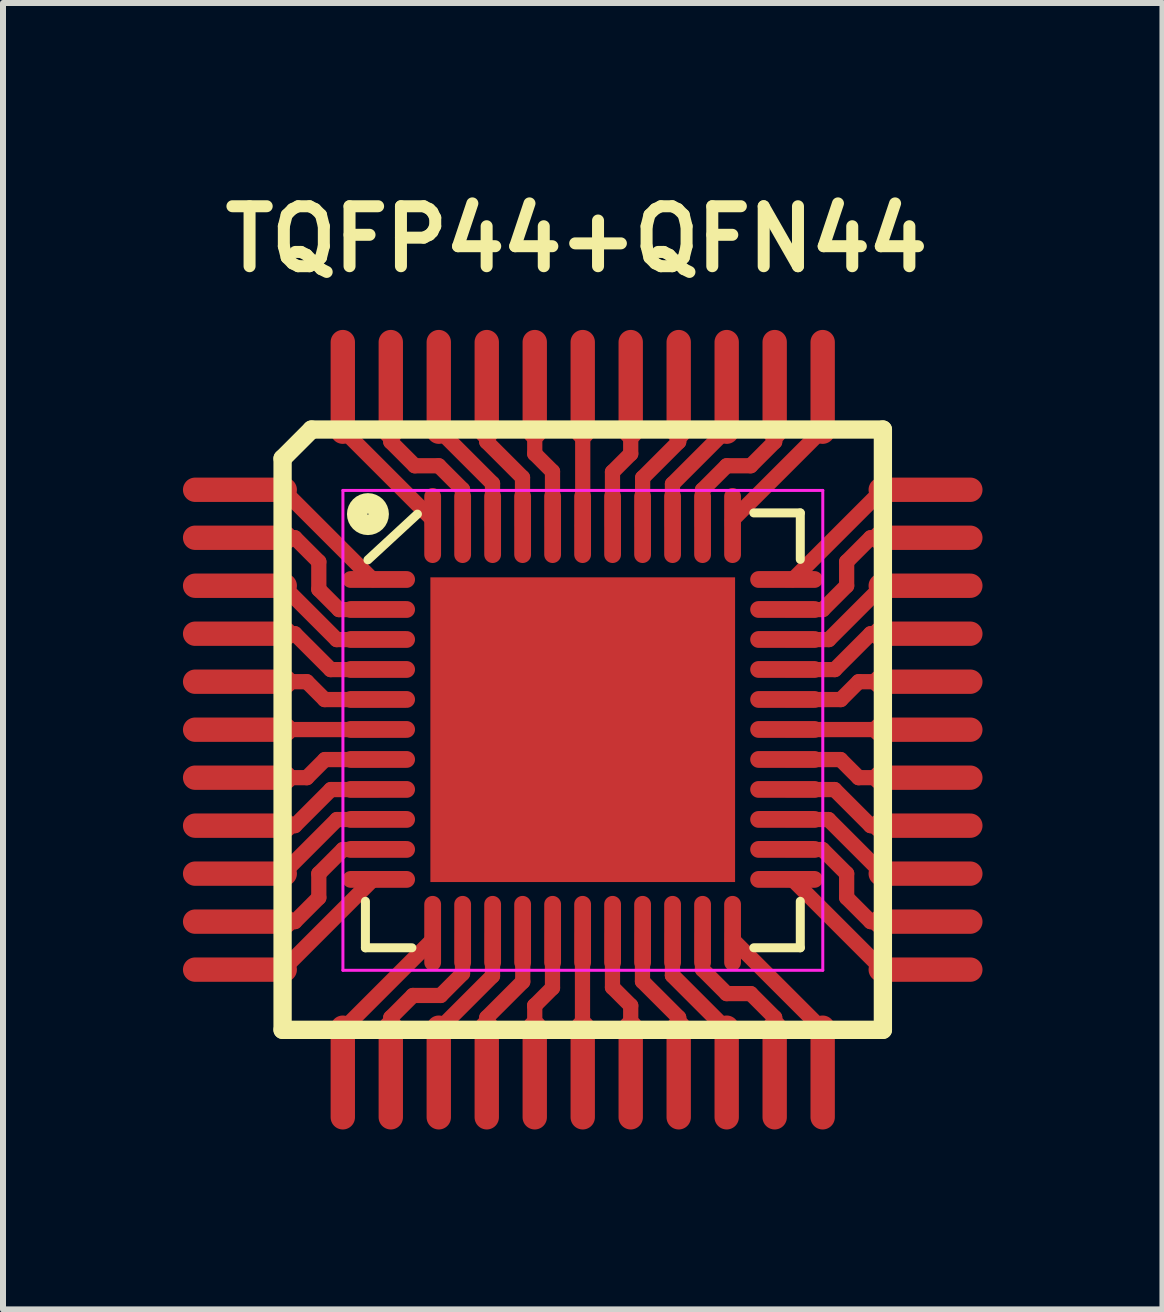
<source format=kicad_pcb>
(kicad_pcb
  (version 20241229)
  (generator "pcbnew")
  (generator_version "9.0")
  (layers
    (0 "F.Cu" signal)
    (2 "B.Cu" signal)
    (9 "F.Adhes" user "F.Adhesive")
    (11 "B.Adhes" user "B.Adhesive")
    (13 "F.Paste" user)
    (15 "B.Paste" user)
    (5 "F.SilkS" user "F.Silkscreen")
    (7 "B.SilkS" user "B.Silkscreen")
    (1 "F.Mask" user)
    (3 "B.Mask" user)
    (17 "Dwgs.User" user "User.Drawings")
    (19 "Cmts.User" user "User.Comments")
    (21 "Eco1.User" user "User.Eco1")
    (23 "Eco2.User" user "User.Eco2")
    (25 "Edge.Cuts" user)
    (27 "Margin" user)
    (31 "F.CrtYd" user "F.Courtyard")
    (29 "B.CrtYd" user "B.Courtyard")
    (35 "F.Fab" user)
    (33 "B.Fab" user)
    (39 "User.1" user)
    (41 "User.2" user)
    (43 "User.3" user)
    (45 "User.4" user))
  (footprint "TQFP44+QFN44"
    (layer "F.Cu")
    (at 6.665 9.115)
    (property "Reference" "TQFP44+QFN44" (at -0.102 -8.179 0) (layer "F.SilkS") (effects (font (size 1 1) (thickness 0.2))))
    (attr smd)
    (fp_line (start -5.715 -4) (end -5 -4) (stroke (width 0.254) (type solid)) (layer "F.Cu"))
    (fp_line (start -5.715 -3.2) (end -4.8 -3.2) (stroke (width 0.254) (type solid)) (layer "F.Cu"))
    (fp_line (start -5.715 -2.4) (end -5 -2.4) (stroke (width 0.254) (type solid)) (layer "F.Cu"))
    (fp_line (start -5.715 -1.6) (end -4.8 -1.6) (stroke (width 0.254) (type solid)) (layer "F.Cu"))
    (fp_line (start -5.715 -0.8) (end -4.6 -0.8) (stroke (width 0.254) (type solid)) (layer "F.Cu"))
    (fp_line (start -5.715 1.6) (end -4.8 1.6) (stroke (width 0.254) (type solid)) (layer "F.Cu"))
    (fp_line (start -5.715 2.4) (end -5 2.4) (stroke (width 0.254) (type solid)) (layer "F.Cu"))
    (fp_line (start -5.715 3.2) (end -4.8 3.2) (stroke (width 0.254) (type solid)) (layer "F.Cu"))
    (fp_line (start -5.715 4) (end -5 4) (stroke (width 0.254) (type solid)) (layer "F.Cu"))
    (fp_line (start -5.713 -0.002) (end -5.715 0) (stroke (width 0.254) (type solid)) (layer "F.Cu"))
    (fp_line (start -5 -4) (end -3.502 -2.502) (stroke (width 0.254) (type solid)) (layer "F.Cu"))
    (fp_line (start -5 4) (end -3.498 2.498) (stroke (width 0.254) (type solid)) (layer "F.Cu"))
    (fp_line (start -5 -2.4) (end -4.102 -1.502) (stroke (width 0.254) (type solid)) (layer "F.Cu"))
    (fp_line (start -5 2.4) (end -4.098 1.498) (stroke (width 0.254) (type solid)) (layer "F.Cu"))
    (fp_line (start -4.8 -3.2) (end -4.4 -2.8) (stroke (width 0.254) (type solid)) (layer "F.Cu"))
    (fp_line (start -4.8 3.2) (end -4.4 2.8) (stroke (width 0.254) (type solid)) (layer "F.Cu"))
    (fp_line (start -4.8 -1.6) (end -4.202 -1.002) (stroke (width 0.254) (type solid)) (layer "F.Cu"))
    (fp_line (start -4.8 1.6) (end -4.198 0.998) (stroke (width 0.254) (type solid)) (layer "F.Cu"))
    (fp_line (start -4.6 0.8) (end -5.715 0.8) (stroke (width 0.254) (type solid)) (layer "F.Cu"))
    (fp_line (start -4.6 0.8) (end -4.298 0.498) (stroke (width 0.254) (type solid)) (layer "F.Cu"))
    (fp_line (start -4.4 -2.339) (end -4.4 -2.8) (stroke (width 0.254) (type solid)) (layer "F.Cu"))
    (fp_line (start -4.4 2.4) (end -4.4 2.8) (stroke (width 0.254) (type solid)) (layer "F.Cu"))
    (fp_line (start -4.302 -0.502) (end -4.6 -0.8) (stroke (width 0.254) (type solid)) (layer "F.Cu"))
    (fp_line (start -4.302 -0.502) (end -3.404 -0.502) (stroke (width 0.254) (type solid)) (layer "F.Cu"))
    (fp_line (start -4.063 -2.002) (end -4.4 -2.339) (stroke (width 0.254) (type solid)) (layer "F.Cu"))
    (fp_line (start -4 -5.715) (end -4 -5) (stroke (width 0.254) (type solid)) (layer "F.Cu"))
    (fp_line (start -4 -5) (end -2.504 -3.504) (stroke (width 0.254) (type solid)) (layer "F.Cu"))
    (fp_line (start -4 5) (end -2.504 3.504) (stroke (width 0.254) (type solid)) (layer "F.Cu"))
    (fp_line (start -4 5.715) (end -4 5) (stroke (width 0.254) (type solid)) (layer "F.Cu"))
    (fp_line (start -3.998 1.998) (end -4.4 2.4) (stroke (width 0.254) (type solid)) (layer "F.Cu"))
    (fp_line (start -3.404 -2.502) (end -3.502 -2.502) (stroke (width 0.254) (type solid)) (layer "F.Cu"))
    (fp_line (start -3.404 -2.002) (end -4.063 -2.002) (stroke (width 0.254) (type solid)) (layer "F.Cu"))
    (fp_line (start -3.404 -1.502) (end -4.102 -1.502) (stroke (width 0.254) (type solid)) (layer "F.Cu"))
    (fp_line (start -3.404 -1.002) (end -4.202 -1.002) (stroke (width 0.254) (type solid)) (layer "F.Cu"))
    (fp_line (start -3.404 -0.002) (end -5.713 -0.002) (stroke (width 0.254) (type solid)) (layer "F.Cu"))
    (fp_line (start -3.404 0.498) (end -4.298 0.498) (stroke (width 0.254) (type solid)) (layer "F.Cu"))
    (fp_line (start -3.404 0.998) (end -4.198 0.998) (stroke (width 0.254) (type solid)) (layer "F.Cu"))
    (fp_line (start -3.404 1.498) (end -4.098 1.498) (stroke (width 0.254) (type solid)) (layer "F.Cu"))
    (fp_line (start -3.404 1.998) (end -3.998 1.998) (stroke (width 0.254) (type solid)) (layer "F.Cu"))
    (fp_line (start -3.404 2.498) (end -3.498 2.498) (stroke (width 0.254) (type solid)) (layer "F.Cu"))
    (fp_line (start -3.2 4.8) (end -2.831 4.431) (stroke (width 0.254) (type solid)) (layer "F.Cu"))
    (fp_line (start -3.2 5.715) (end -3.2 4.8) (stroke (width 0.254) (type solid)) (layer "F.Cu"))
    (fp_line (start -3.2 -4.8) (end -3.2 -5.715) (stroke (width 0.254) (type solid)) (layer "F.Cu"))
    (fp_line (start -2.8 -4.4) (end -3.2 -4.8) (stroke (width 0.254) (type solid)) (layer "F.Cu"))
    (fp_line (start -2.504 -3.402) (end -2.504 -3.504) (stroke (width 0.254) (type solid)) (layer "F.Cu"))
    (fp_line (start -2.504 3.398) (end -2.504 3.504) (stroke (width 0.254) (type solid)) (layer "F.Cu"))
    (fp_line (start -2.4 -5.715) (end -2.4 -5) (stroke (width 0.254) (type solid)) (layer "F.Cu"))
    (fp_line (start -2.4 -5) (end -1.504 -4.104) (stroke (width 0.254) (type solid)) (layer "F.Cu"))
    (fp_line (start -2.4 5) (end -1.504 4.104) (stroke (width 0.254) (type solid)) (layer "F.Cu"))
    (fp_line (start -2.4 5.715) (end -2.4 5) (stroke (width 0.254) (type solid)) (layer "F.Cu"))
    (fp_line (start -2.4 -4.4) (end -2.8 -4.4) (stroke (width 0.254) (type solid)) (layer "F.Cu"))
    (fp_line (start -2.369 4.431) (end -2.831 4.431) (stroke (width 0.254) (type solid)) (layer "F.Cu"))
    (fp_line (start -2.004 -4.004) (end -2.4 -4.4) (stroke (width 0.254) (type solid)) (layer "F.Cu"))
    (fp_line (start -2.004 -3.402) (end -2.004 -4.004) (stroke (width 0.254) (type solid)) (layer "F.Cu"))
    (fp_line (start -2.004 3.398) (end -2.004 4.065) (stroke (width 0.254) (type solid)) (layer "F.Cu"))
    (fp_line (start -2.004 4.065) (end -2.369 4.431) (stroke (width 0.254) (type solid)) (layer "F.Cu"))
    (fp_line (start -1.6 -5.715) (end -1.6 -4.8) (stroke (width 0.254) (type solid)) (layer "F.Cu"))
    (fp_line (start -1.6 -4.8) (end -1.004 -4.204) (stroke (width 0.254) (type solid)) (layer "F.Cu"))
    (fp_line (start -1.6 4.8) (end -1.6 5.7) (stroke (width 0.254) (type solid)) (layer "F.Cu"))
    (fp_line (start -1.6 4.8) (end -1 4.2) (stroke (width 0.254) (type solid)) (layer "F.Cu"))
    (fp_line (start -1.504 -3.402) (end -1.504 -4.104) (stroke (width 0.254) (type solid)) (layer "F.Cu"))
    (fp_line (start -1.504 3.398) (end -1.504 4.104) (stroke (width 0.254) (type solid)) (layer "F.Cu"))
    (fp_line (start -1.004 -3.402) (end -1.004 -4.204) (stroke (width 0.254) (type solid)) (layer "F.Cu"))
    (fp_line (start -1 4.2) (end -1 3.4) (stroke (width 0.254) (type solid)) (layer "F.Cu"))
    (fp_line (start -0.8 -5.715) (end -0.8 -5) (stroke (width 0.254) (type solid)) (layer "F.Cu"))
    (fp_line (start -0.8 -5.715) (end -0.8 -4.6) (stroke (width 0.254) (type solid)) (layer "F.Cu"))
    (fp_line (start -0.8 4.6) (end -0.8 5.715) (stroke (width 0.254) (type solid)) (layer "F.Cu"))
    (fp_line (start -0.8 4.6) (end -0.8 4.6) (stroke (width 0.254) (type solid)) (layer "F.Cu"))
    (fp_line (start -0.8 4.6) (end -0.504 4.304) (stroke (width 0.254) (type solid)) (layer "F.Cu"))
    (fp_line (start -0.504 -4.304) (end -0.8 -4.6) (stroke (width 0.254) (type solid)) (layer "F.Cu"))
    (fp_line (start -0.504 -4.304) (end -0.504 -3.402) (stroke (width 0.254) (type solid)) (layer "F.Cu"))
    (fp_line (start -0.504 3.398) (end -0.504 4.304) (stroke (width 0.254) (type solid)) (layer "F.Cu"))
    (fp_line (start -0.004 -3.402) (end 0 -3.405) (stroke (width 0.254) (type solid)) (layer "F.Cu"))
    (fp_line (start -0.004 3.398) (end -0.004 5.711) (stroke (width 0.254) (type solid)) (layer "F.Cu"))
    (fp_line (start -0.004 5.711) (end 0 5.715) (stroke (width 0.254) (type solid)) (layer "F.Cu"))
    (fp_line (start 0 -3.405) (end 0 -5.715) (stroke (width 0.254) (type solid)) (layer "F.Cu"))
    (fp_line (start 0.496 -4.296) (end 0.496 -3.402) (stroke (width 0.254) (type solid)) (layer "F.Cu"))
    (fp_line (start 0.496 -4.296) (end 0.8 -4.6) (stroke (width 0.254) (type solid)) (layer "F.Cu"))
    (fp_line (start 0.496 4.296) (end 0.496 3.398) (stroke (width 0.254) (type solid)) (layer "F.Cu"))
    (fp_line (start 0.496 4.296) (end 0.8 4.6) (stroke (width 0.254) (type solid)) (layer "F.Cu"))
    (fp_line (start 0.75 -5.665) (end 0.8 -5.715) (stroke (width 0.254) (type solid)) (layer "F.Cu"))
    (fp_line (start 0.8 -5.715) (end 0.8 -5) (stroke (width 0.254) (type solid)) (layer "F.Cu"))
    (fp_line (start 0.8 -5.715) (end 0.8 -4.6) (stroke (width 0.254) (type solid)) (layer "F.Cu"))
    (fp_line (start 0.8 5.715) (end 0.8 4.6) (stroke (width 0.254) (type solid)) (layer "F.Cu"))
    (fp_line (start 0.996 -3.402) (end 0.999 -4.199) (stroke (width 0.254) (type solid)) (layer "F.Cu"))
    (fp_line (start 0.996 3.398) (end 0.996 4.196) (stroke (width 0.254) (type solid)) (layer "F.Cu"))
    (fp_line (start 1.496 -4.096) (end 1.496 -3.402) (stroke (width 0.254) (type solid)) (layer "F.Cu"))
    (fp_line (start 1.496 -4.096) (end 2.4 -5) (stroke (width 0.254) (type solid)) (layer "F.Cu"))
    (fp_line (start 1.496 3.398) (end 1.496 4.096) (stroke (width 0.254) (type solid)) (layer "F.Cu"))
    (fp_line (start 1.6 -5.715) (end 1.6 -4.8) (stroke (width 0.254) (type solid)) (layer "F.Cu"))
    (fp_line (start 1.6 -4.8) (end 0.999 -4.199) (stroke (width 0.254) (type solid)) (layer "F.Cu"))
    (fp_line (start 1.6 4.8) (end 0.996 4.196) (stroke (width 0.254) (type solid)) (layer "F.Cu"))
    (fp_line (start 1.6 5.715) (end 1.6 4.8) (stroke (width 0.254) (type solid)) (layer "F.Cu"))
    (fp_line (start 1.996 -3.996) (end 2.4 -4.4) (stroke (width 0.254) (type solid)) (layer "F.Cu"))
    (fp_line (start 1.996 -3.402) (end 1.996 -3.996) (stroke (width 0.254) (type solid)) (layer "F.Cu"))
    (fp_line (start 1.996 3.398) (end 1.996 3.996) (stroke (width 0.254) (type solid)) (layer "F.Cu"))
    (fp_line (start 1.996 3.996) (end 2.4 4.4) (stroke (width 0.254) (type solid)) (layer "F.Cu"))
    (fp_line (start 2.4 -5.715) (end 2.4 -5) (stroke (width 0.254) (type solid)) (layer "F.Cu"))
    (fp_line (start 2.4 -5.715) (end 2.4 -5.715) (stroke (width 0.254) (type solid)) (layer "F.Cu"))
    (fp_line (start 2.4 -4.4) (end 2.8 -4.4) (stroke (width 0.254) (type solid)) (layer "F.Cu"))
    (fp_line (start 2.4 4.4) (end 2.8 4.4) (stroke (width 0.254) (type solid)) (layer "F.Cu"))
    (fp_line (start 2.4 5) (end 1.496 4.096) (stroke (width 0.254) (type solid)) (layer "F.Cu"))
    (fp_line (start 2.4 5) (end 1.496 4.096) (stroke (width 0.254) (type solid)) (layer "F.Cu"))
    (fp_line (start 2.4 5.715) (end 2.4 5) (stroke (width 0.254) (type solid)) (layer "F.Cu"))
    (fp_line (start 2.496 -3.402) (end 2.496 -3.496) (stroke (width 0.254) (type solid)) (layer "F.Cu"))
    (fp_line (start 2.496 3.398) (end 2.496 3.496) (stroke (width 0.254) (type solid)) (layer "F.Cu"))
    (fp_line (start 2.8 -4.4) (end 3.2 -4.8) (stroke (width 0.254) (type solid)) (layer "F.Cu"))
    (fp_line (start 3.2 -4.8) (end 3.2 -5.715) (stroke (width 0.254) (type solid)) (layer "F.Cu"))
    (fp_line (start 3.2 4.8) (end 2.8 4.4) (stroke (width 0.254) (type solid)) (layer "F.Cu"))
    (fp_line (start 3.2 5.715) (end 3.2 4.8) (stroke (width 0.254) (type solid)) (layer "F.Cu"))
    (fp_line (start 3.396 -2.502) (end 3.502 -2.502) (stroke (width 0.254) (type solid)) (layer "F.Cu"))
    (fp_line (start 3.396 -2.002) (end 4.002 -2.002) (stroke (width 0.254) (type solid)) (layer "F.Cu"))
    (fp_line (start 3.396 -1.502) (end 4.102 -1.502) (stroke (width 0.254) (type solid)) (layer "F.Cu"))
    (fp_line (start 3.396 -1.002) (end 4.202 -1.002) (stroke (width 0.254) (type solid)) (layer "F.Cu"))
    (fp_line (start 3.396 -0.502) (end 4.302 -0.502) (stroke (width 0.254) (type solid)) (layer "F.Cu"))
    (fp_line (start 3.396 -0.002) (end 5.713 -0.002) (stroke (width 0.254) (type solid)) (layer "F.Cu"))
    (fp_line (start 3.396 0.498) (end 4.298 0.498) (stroke (width 0.254) (type solid)) (layer "F.Cu"))
    (fp_line (start 3.396 0.998) (end 4.198 0.998) (stroke (width 0.254) (type solid)) (layer "F.Cu"))
    (fp_line (start 3.396 1.498) (end 4.098 1.498) (stroke (width 0.254) (type solid)) (layer "F.Cu"))
    (fp_line (start 3.396 1.998) (end 3.998 1.998) (stroke (width 0.254) (type solid)) (layer "F.Cu"))
    (fp_line (start 3.396 2.498) (end 3.498 2.498) (stroke (width 0.254) (type solid)) (layer "F.Cu"))
    (fp_line (start 4 -5.715) (end 4 -5) (stroke (width 0.254) (type solid)) (layer "F.Cu"))
    (fp_line (start 4 -5) (end 2.496 -3.496) (stroke (width 0.254) (type solid)) (layer "F.Cu"))
    (fp_line (start 4 5) (end 2.496 3.496) (stroke (width 0.254) (type solid)) (layer "F.Cu"))
    (fp_line (start 4 5.715) (end 4 5) (stroke (width 0.254) (type solid)) (layer "F.Cu"))
    (fp_line (start 4.002 -2.002) (end 4.4 -2.4) (stroke (width 0.254) (type solid)) (layer "F.Cu"))
    (fp_line (start 4.298 0.498) (end 4.6 0.8) (stroke (width 0.254) (type solid)) (layer "F.Cu"))
    (fp_line (start 4.302 -0.502) (end 4.6 -0.8) (stroke (width 0.254) (type solid)) (layer "F.Cu"))
    (fp_line (start 4.4 -2.8) (end 4.8 -3.2) (stroke (width 0.254) (type solid)) (layer "F.Cu"))
    (fp_line (start 4.4 -2.4) (end 4.4 -2.8) (stroke (width 0.254) (type solid)) (layer "F.Cu"))
    (fp_line (start 4.4 2.4) (end 3.998 1.998) (stroke (width 0.254) (type solid)) (layer "F.Cu"))
    (fp_line (start 4.4 2.4) (end 4.4 2.8) (stroke (width 0.254) (type solid)) (layer "F.Cu"))
    (fp_line (start 4.8 -1.6) (end 4.202 -1.002) (stroke (width 0.254) (type solid)) (layer "F.Cu"))
    (fp_line (start 4.8 1.6) (end 4.198 0.998) (stroke (width 0.254) (type solid)) (layer "F.Cu"))
    (fp_line (start 4.8 -3.2) (end 5.715 -3.2) (stroke (width 0.254) (type solid)) (layer "F.Cu"))
    (fp_line (start 4.8 3.2) (end 4.4 2.8) (stroke (width 0.254) (type solid)) (layer "F.Cu"))
    (fp_line (start 5 -2.4) (end 4.102 -1.502) (stroke (width 0.254) (type solid)) (layer "F.Cu"))
    (fp_line (start 5 2.4) (end 4.098 1.498) (stroke (width 0.254) (type solid)) (layer "F.Cu"))
    (fp_line (start 5 -4) (end 3.502 -2.502) (stroke (width 0.254) (type solid)) (layer "F.Cu"))
    (fp_line (start 5 4) (end 3.498 2.498) (stroke (width 0.254) (type solid)) (layer "F.Cu"))
    (fp_line (start 5.713 -0.002) (end 5.715 0) (stroke (width 0.254) (type solid)) (layer "F.Cu"))
    (fp_line (start 5.715 -4) (end 5 -4) (stroke (width 0.254) (type solid)) (layer "F.Cu"))
    (fp_line (start 5.715 -2.4) (end 5 -2.4) (stroke (width 0.254) (type solid)) (layer "F.Cu"))
    (fp_line (start 5.715 -1.6) (end 4.8 -1.6) (stroke (width 0.254) (type solid)) (layer "F.Cu"))
    (fp_line (start 5.715 -0.8) (end 4.6 -0.8) (stroke (width 0.254) (type solid)) (layer "F.Cu"))
    (fp_line (start 5.715 0.8) (end 4.6 0.8) (stroke (width 0.254) (type solid)) (layer "F.Cu"))
    (fp_line (start 5.715 1.6) (end 4.8 1.6) (stroke (width 0.254) (type solid)) (layer "F.Cu"))
    (fp_line (start 5.715 2.4) (end 5 2.4) (stroke (width 0.254) (type solid)) (layer "F.Cu"))
    (fp_line (start 5.715 3.2) (end 4.8 3.2) (stroke (width 0.254) (type solid)) (layer "F.Cu"))
    (fp_line (start 5.715 4) (end 5 4) (stroke (width 0.254) (type solid)) (layer "F.Cu"))
    (fp_line (start -5.004 -4.521) (end -5.004 5.004) (stroke (width 0.305) (type solid)) (layer "F.SilkS"))
    (fp_line (start -5.004 -4.521) (end -4.521 -5.004) (stroke (width 0.305) (type solid)) (layer "F.SilkS"))
    (fp_line (start -4.521 -5.004) (end 5.004 -5.004) (stroke (width 0.305) (type solid)) (layer "F.SilkS"))
    (fp_line (start -3.623 3.636) (end -3.623 2.861) (stroke (width 0.15) (type solid)) (layer "F.SilkS"))
    (fp_line (start -3.623 3.636) (end -2.848 3.636) (stroke (width 0.15) (type solid)) (layer "F.SilkS"))
    (fp_line (start -2.756 -3.594) (end -3.581 -2.832) (stroke (width 0.15) (type solid)) (layer "F.SilkS"))
    (fp_line (start 3.627 -3.614) (end 2.852 -3.614) (stroke (width 0.15) (type solid)) (layer "F.SilkS"))
    (fp_line (start 3.627 -3.614) (end 3.627 -2.839) (stroke (width 0.15) (type solid)) (layer "F.SilkS"))
    (fp_line (start 3.627 3.636) (end 2.852 3.636) (stroke (width 0.15) (type solid)) (layer "F.SilkS"))
    (fp_line (start 3.627 3.636) (end 3.627 2.861) (stroke (width 0.15) (type solid)) (layer "F.SilkS"))
    (fp_line (start 5.004 -5.004) (end 5.004 5.004) (stroke (width 0.305) (type solid)) (layer "F.SilkS"))
    (fp_line (start 5.004 5.004) (end -5.004 5.004) (stroke (width 0.305) (type solid)) (layer "F.SilkS"))
    (fp_circle (center -3.581 -3.594) (end -3.454 -3.467) (stroke (width 0.34) (type solid)) (fill no) (layer "F.SilkS"))
    (fp_line (start -3.998 -3.989) (end -3.998 4.011) (stroke (width 0.05) (type solid)) (layer "F.CrtYd"))
    (fp_line (start -3.998 -3.989) (end 4.002 -3.989) (stroke (width 0.05) (type solid)) (layer "F.CrtYd"))
    (fp_line (start -3.998 4.011) (end 4.002 4.011) (stroke (width 0.05) (type solid)) (layer "F.CrtYd"))
    (fp_line (start 4.002 -3.989) (end 4.002 4.011) (stroke (width 0.05) (type solid)) (layer "F.CrtYd"))
    (pad "" smd oval (at -3.402 -2.504) (size 1.212 0.28) (layers "F.Cu" "F.Mask" "F.Paste"))
    (pad "" smd oval (at -3.402 -2.004) (size 1.212 0.28) (layers "F.Cu" "F.Mask" "F.Paste"))
    (pad "" smd oval (at -3.402 -1.504) (size 1.212 0.28) (layers "F.Cu" "F.Mask" "F.Paste"))
    (pad "" smd oval (at -3.402 -1.004) (size 1.212 0.28) (layers "F.Cu" "F.Mask" "F.Paste"))
    (pad "" smd oval (at -3.402 -0.504) (size 1.212 0.28) (layers "F.Cu" "F.Mask" "F.Paste"))
    (pad "" smd oval (at -3.402 -0.004) (size 1.212 0.28) (layers "F.Cu" "F.Mask" "F.Paste"))
    (pad "" smd oval (at -3.402 0.496) (size 1.212 0.28) (layers "F.Cu" "F.Mask" "F.Paste"))
    (pad "" smd oval (at -3.402 0.996) (size 1.212 0.28) (layers "F.Cu" "F.Mask" "F.Paste"))
    (pad "" smd oval (at -3.402 1.496) (size 1.212 0.28) (layers "F.Cu" "F.Mask" "F.Paste"))
    (pad "" smd oval (at -3.402 1.996) (size 1.212 0.28) (layers "F.Cu" "F.Mask" "F.Paste"))
    (pad "" smd oval (at -3.402 2.496) (size 1.212 0.28) (layers "F.Cu" "F.Mask" "F.Paste"))
    (pad "" smd oval (at -2.502 -3.404 90) (size 1.25 0.28) (layers "F.Cu" "F.Mask" "F.Paste"))
    (pad "" smd oval (at -2.502 3.396 90) (size 1.25 0.28) (layers "F.Cu" "F.Mask" "F.Paste"))
    (pad "" smd oval (at -2.002 -3.404 90) (size 1.25 0.28) (layers "F.Cu" "F.Mask" "F.Paste"))
    (pad "" smd oval (at -2.002 3.396 90) (size 1.25 0.28) (layers "F.Cu" "F.Mask" "F.Paste"))
    (pad "" smd oval (at -1.502 -3.404 90) (size 1.25 0.28) (layers "F.Cu" "F.Mask" "F.Paste"))
    (pad "" smd oval (at -1.502 3.396 90) (size 1.25 0.28) (layers "F.Cu" "F.Mask" "F.Paste"))
    (pad "" smd oval (at -1.002 -3.404 90) (size 1.25 0.28) (layers "F.Cu" "F.Mask" "F.Paste"))
    (pad "" smd oval (at -1.002 3.396 90) (size 1.25 0.28) (layers "F.Cu" "F.Mask" "F.Paste"))
    (pad "" smd oval (at -0.502 -3.404 90) (size 1.25 0.28) (layers "F.Cu" "F.Mask" "F.Paste"))
    (pad "" smd oval (at -0.502 3.396 90) (size 1.25 0.28) (layers "F.Cu" "F.Mask" "F.Paste"))
    (pad "" smd oval (at -0.002 -3.404 90) (size 1.25 0.28) (layers "F.Cu" "F.Mask" "F.Paste"))
    (pad "" smd oval (at -0.002 3.396 90) (size 1.25 0.28) (layers "F.Cu" "F.Mask" "F.Paste"))
    (pad "" smd oval (at 0.498 -3.404 90) (size 1.25 0.28) (layers "F.Cu" "F.Mask" "F.Paste"))
    (pad "" smd oval (at 0.498 3.396 90) (size 1.25 0.28) (layers "F.Cu" "F.Mask" "F.Paste"))
    (pad "" smd oval (at 0.998 -3.404 90) (size 1.25 0.28) (layers "F.Cu" "F.Mask" "F.Paste"))
    (pad "" smd oval (at 0.998 3.396 90) (size 1.25 0.28) (layers "F.Cu" "F.Mask" "F.Paste"))
    (pad "" smd oval (at 1.498 -3.404 90) (size 1.25 0.28) (layers "F.Cu" "F.Mask" "F.Paste"))
    (pad "" smd oval (at 1.498 3.396 90) (size 1.25 0.28) (layers "F.Cu" "F.Mask" "F.Paste"))
    (pad "" smd oval (at 1.998 -3.404 90) (size 1.25 0.28) (layers "F.Cu" "F.Mask" "F.Paste"))
    (pad "" smd oval (at 1.998 3.396 90) (size 1.25 0.28) (layers "F.Cu" "F.Mask" "F.Paste"))
    (pad "" smd oval (at 2.498 -3.404 90) (size 1.25 0.28) (layers "F.Cu" "F.Mask" "F.Paste"))
    (pad "" smd oval (at 2.498 3.396 90) (size 1.25 0.28) (layers "F.Cu" "F.Mask" "F.Paste"))
    (pad "" smd oval (at 3.398 -2.504) (size 1.212 0.28) (layers "F.Cu" "F.Mask" "F.Paste"))
    (pad "" smd oval (at 3.398 -2.004) (size 1.212 0.28) (layers "F.Cu" "F.Mask" "F.Paste"))
    (pad "" smd oval (at 3.398 -1.504) (size 1.212 0.28) (layers "F.Cu" "F.Mask" "F.Paste"))
    (pad "" smd oval (at 3.398 -1.004) (size 1.212 0.28) (layers "F.Cu" "F.Mask" "F.Paste"))
    (pad "" smd oval (at 3.398 -0.504) (size 1.212 0.28) (layers "F.Cu" "F.Mask" "F.Paste"))
    (pad "" smd oval (at 3.398 -0.004) (size 1.212 0.28) (layers "F.Cu" "F.Mask" "F.Paste"))
    (pad "" smd oval (at 3.398 0.496) (size 1.212 0.28) (layers "F.Cu" "F.Mask" "F.Paste"))
    (pad "" smd oval (at 3.398 0.996) (size 1.212 0.28) (layers "F.Cu" "F.Mask" "F.Paste"))
    (pad "" smd oval (at 3.398 1.496) (size 1.212 0.28) (layers "F.Cu" "F.Mask" "F.Paste"))
    (pad "" smd oval (at 3.398 1.996) (size 1.212 0.28) (layers "F.Cu" "F.Mask" "F.Paste"))
    (pad "" smd oval (at 3.398 2.496) (size 1.212 0.28) (layers "F.Cu" "F.Mask" "F.Paste"))
    (pad "0" smd rect (at 0 0) (size 5.08 5.08) (layers "F.Cu" "F.Mask" "F.Paste"))
    (pad "1" smd oval (at -5.715 -4) (size 1.9 0.406) (layers "F.Cu" "F.Mask" "F.Paste"))
    (pad "2" smd oval (at -5.715 -3.2) (size 1.9 0.406) (layers "F.Cu" "F.Mask" "F.Paste"))
    (pad "3" smd oval (at -5.715 -2.4) (size 1.9 0.406) (layers "F.Cu" "F.Mask" "F.Paste"))
    (pad "4" smd oval (at -5.715 -1.6) (size 1.9 0.406) (layers "F.Cu" "F.Mask" "F.Paste"))
    (pad "5" smd oval (at -5.715 -0.8) (size 1.9 0.406) (layers "F.Cu" "F.Mask" "F.Paste"))
    (pad "6" smd oval (at -5.715 0) (size 1.9 0.406) (layers "F.Cu" "F.Mask" "F.Paste"))
    (pad "7" smd oval (at -5.715 0.8) (size 1.9 0.406) (layers "F.Cu" "F.Mask" "F.Paste"))
    (pad "8" smd oval (at -5.715 1.6) (size 1.9 0.406) (layers "F.Cu" "F.Mask" "F.Paste"))
    (pad "9" smd oval (at -5.715 2.4) (size 1.9 0.406) (layers "F.Cu" "F.Mask" "F.Paste"))
    (pad "10" smd oval (at -5.715 3.2) (size 1.9 0.406) (layers "F.Cu" "F.Mask" "F.Paste"))
    (pad "11" smd oval (at -5.715 4) (size 1.9 0.406) (layers "F.Cu" "F.Mask" "F.Paste"))
    (pad "12" smd oval (at -4 5.715) (size 0.406 1.9) (layers "F.Cu" "F.Mask" "F.Paste"))
    (pad "13" smd oval (at -3.2 5.715) (size 0.406 1.9) (layers "F.Cu" "F.Mask" "F.Paste"))
    (pad "14" smd oval (at -2.4 5.715) (size 0.406 1.9) (layers "F.Cu" "F.Mask" "F.Paste"))
    (pad "15" smd oval (at -1.6 5.715) (size 0.406 1.9) (layers "F.Cu" "F.Mask" "F.Paste"))
    (pad "16" smd oval (at -0.8 5.715) (size 0.406 1.9) (layers "F.Cu" "F.Mask" "F.Paste"))
    (pad "17" smd oval (at 0 5.715) (size 0.406 1.9) (layers "F.Cu" "F.Mask" "F.Paste"))
    (pad "18" smd oval (at 0.8 5.715) (size 0.406 1.9) (layers "F.Cu" "F.Mask" "F.Paste"))
    (pad "19" smd oval (at 1.6 5.715) (size 0.406 1.9) (layers "F.Cu" "F.Mask" "F.Paste"))
    (pad "20" smd oval (at 2.4 5.715) (size 0.406 1.9) (layers "F.Cu" "F.Mask" "F.Paste"))
    (pad "21" smd oval (at 3.2 5.715) (size 0.406 1.9) (layers "F.Cu" "F.Mask" "F.Paste"))
    (pad "22" smd oval (at 4 5.715) (size 0.406 1.9) (layers "F.Cu" "F.Mask" "F.Paste"))
    (pad "23" smd oval (at 5.715 4) (size 1.9 0.406) (layers "F.Cu" "F.Mask" "F.Paste"))
    (pad "24" smd oval (at 5.715 3.2) (size 1.9 0.406) (layers "F.Cu" "F.Mask" "F.Paste"))
    (pad "25" smd oval (at 5.715 2.4) (size 1.9 0.406) (layers "F.Cu" "F.Mask" "F.Paste"))
    (pad "26" smd oval (at 5.715 1.6) (size 1.9 0.406) (layers "F.Cu" "F.Mask" "F.Paste"))
    (pad "27" smd oval (at 5.715 0.8) (size 1.9 0.406) (layers "F.Cu" "F.Mask" "F.Paste"))
    (pad "28" smd oval (at 5.715 0) (size 1.9 0.406) (layers "F.Cu" "F.Mask" "F.Paste"))
    (pad "29" smd oval (at 5.715 -0.8) (size 1.9 0.406) (layers "F.Cu" "F.Mask" "F.Paste"))
    (pad "30" smd oval (at 5.715 -1.6) (size 1.9 0.406) (layers "F.Cu" "F.Mask" "F.Paste"))
    (pad "31" smd oval (at 5.715 -2.4) (size 1.9 0.406) (layers "F.Cu" "F.Mask" "F.Paste"))
    (pad "32" smd oval (at 5.715 -3.2) (size 1.9 0.406) (layers "F.Cu" "F.Mask" "F.Paste"))
    (pad "33" smd oval (at 5.715 -4) (size 1.9 0.406) (layers "F.Cu" "F.Mask" "F.Paste"))
    (pad "34" smd oval (at 4 -5.715) (size 0.406 1.9) (layers "F.Cu" "F.Mask" "F.Paste"))
    (pad "35" smd oval (at 3.2 -5.715) (size 0.406 1.9) (layers "F.Cu" "F.Mask" "F.Paste"))
    (pad "36" smd oval (at 2.4 -5.715) (size 0.406 1.9) (layers "F.Cu" "F.Mask" "F.Paste"))
    (pad "37" smd oval (at 1.6 -5.715) (size 0.406 1.9) (layers "F.Cu" "F.Mask" "F.Paste"))
    (pad "38" smd oval (at 0.8 -5.715) (size 0.406 1.9) (layers "F.Cu" "F.Mask" "F.Paste"))
    (pad "39" smd oval (at 0 -5.715) (size 0.406 1.9) (layers "F.Cu" "F.Mask" "F.Paste"))
    (pad "40" smd oval (at -0.8 -5.715) (size 0.406 1.9) (layers "F.Cu" "F.Mask" "F.Paste"))
    (pad "41" smd oval (at -1.6 -5.715) (size 0.406 1.9) (layers "F.Cu" "F.Mask" "F.Paste"))
    (pad "42" smd oval (at -2.4 -5.715) (size 0.406 1.9) (layers "F.Cu" "F.Mask" "F.Paste"))
    (pad "43" smd oval (at -3.2 -5.715) (size 0.406 1.9) (layers "F.Cu" "F.Mask" "F.Paste"))
    (pad "44" smd oval (at -4 -5.715) (size 0.406 1.9) (layers "F.Cu" "F.Mask" "F.Paste")))
  (gr_rect
    (start -3 -3)
    (end 16.33 18.78)
    (stroke (width 0.1) (type default))
    (fill no)
    (layer "Edge.Cuts")))
</source>
